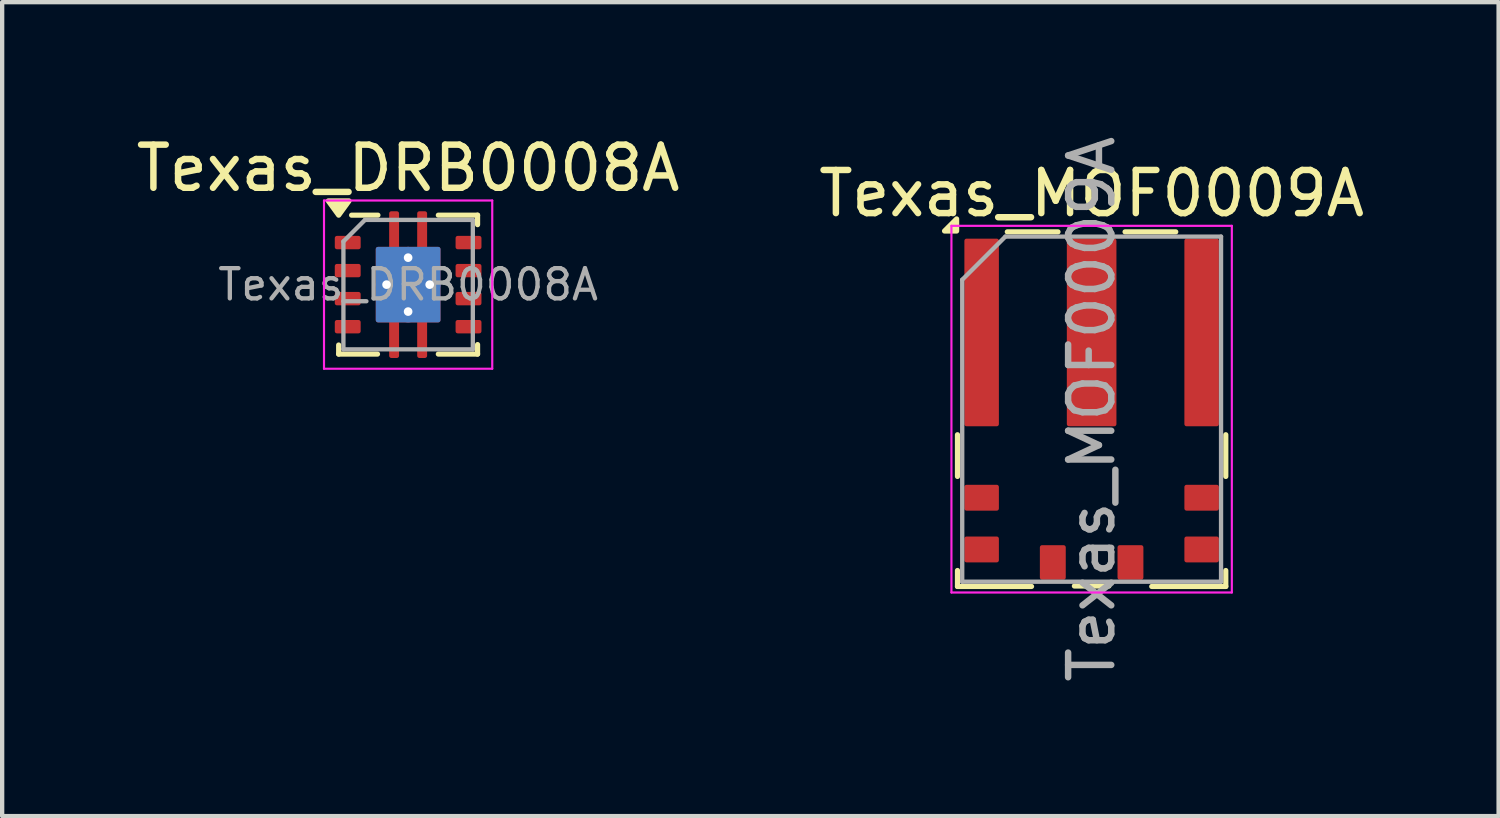
<source format=kicad_pcb>
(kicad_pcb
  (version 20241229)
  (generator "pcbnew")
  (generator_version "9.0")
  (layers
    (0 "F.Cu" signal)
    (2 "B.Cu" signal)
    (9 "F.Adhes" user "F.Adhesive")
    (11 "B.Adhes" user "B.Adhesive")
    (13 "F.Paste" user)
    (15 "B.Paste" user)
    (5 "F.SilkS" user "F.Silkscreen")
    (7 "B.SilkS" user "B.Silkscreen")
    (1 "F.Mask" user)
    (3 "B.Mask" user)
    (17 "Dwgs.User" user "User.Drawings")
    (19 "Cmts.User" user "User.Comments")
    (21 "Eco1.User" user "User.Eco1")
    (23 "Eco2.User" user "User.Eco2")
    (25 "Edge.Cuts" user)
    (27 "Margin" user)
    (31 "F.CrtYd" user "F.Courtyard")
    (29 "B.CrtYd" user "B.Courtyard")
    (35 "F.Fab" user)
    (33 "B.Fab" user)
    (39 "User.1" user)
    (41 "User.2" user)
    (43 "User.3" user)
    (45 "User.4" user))
  (footprint "Texas_MOF0009A"
    (layer "F.Cu")
    (at 22.256 6.435)
    (property "Reference" "Texas_MOF0009A" (at 0 -5 0) (layer "F.SilkS") (effects (font (size 1 1) (thickness 0.15))))
    (attr smd)
    (fp_line (start -3.11 1.56) (end -3.11 0.593) (stroke (width 0.12) (type default)) (layer "F.SilkS"))
    (fp_line (start -3.11 3.74) (end -3.11 4.11) (stroke (width 0.12) (type default)) (layer "F.SilkS"))
    (fp_line (start -3.11 4.11) (end -1.393 4.11) (stroke (width 0.12) (type default)) (layer "F.SilkS"))
    (fp_line (start -1.955 -4.11) (end -0.78 -4.11) (stroke (width 0.12) (type default)) (layer "F.SilkS"))
    (fp_line (start -0.4 4.1) (end 0.4 4.1) (stroke (width 0.12) (type default)) (layer "F.SilkS"))
    (fp_line (start 0.775 -4.11) (end 1.95 -4.11) (stroke (width 0.12) (type default)) (layer "F.SilkS"))
    (fp_line (start 3.11 1.56) (end 3.11 0.593) (stroke (width 0.12) (type default)) (layer "F.SilkS"))
    (fp_line (start 3.11 3.74) (end 3.11 4.11) (stroke (width 0.12) (type default)) (layer "F.SilkS"))
    (fp_line (start 3.11 4.11) (end 1.393 4.11) (stroke (width 0.12) (type default)) (layer "F.SilkS"))
    (fp_poly (pts (xy -3.13 -4.13) (xy -3.41 -4.13) (xy -3.13 -4.41) (xy -3.13 -4.13)) (stroke (width 0.12) (type solid)) (fill yes) (layer "F.SilkS"))
    (fp_line (start -3.25 -4.25) (end 3.25 -4.25) (stroke (width 0.05) (type solid)) (layer "F.CrtYd"))
    (fp_line (start -3.25 4.25) (end -3.25 -4.25) (stroke (width 0.05) (type solid)) (layer "F.CrtYd"))
    (fp_line (start 3.25 -4.25) (end 3.25 4.25) (stroke (width 0.05) (type solid)) (layer "F.CrtYd"))
    (fp_line (start 3.25 4.25) (end -3.25 4.25) (stroke (width 0.05) (type solid)) (layer "F.CrtYd"))
    (fp_line (start -3 4) (end -3 -3) (stroke (width 0.1) (type solid)) (layer "F.Fab"))
    (fp_line (start -2 -4) (end -3 -3) (stroke (width 0.1) (type solid)) (layer "F.Fab"))
    (fp_line (start -2 -4) (end 3 -4) (stroke (width 0.1) (type solid)) (layer "F.Fab"))
    (fp_line (start 3 -4) (end 3 4) (stroke (width 0.1) (type solid)) (layer "F.Fab"))
    (fp_line (start 3 4) (end -3 4) (stroke (width 0.1) (type solid)) (layer "F.Fab"))
    (fp_text user "${REFERENCE}" (at 0 0 90) (layer "F.Fab") (effects (font (size 1 1) (thickness 0.15))))
    (pad "" smd roundrect (at -2.55 -3.558) (size 0.7 0.59) (layers "F.Paste") (roundrect_rratio 0.085))
    (pad "" smd roundrect (at -2.55 -2.667) (size 0.7 0.59) (layers "F.Paste") (roundrect_rratio 0.085))
    (pad "" smd roundrect (at -2.55 -1.778) (size 0.7 0.59) (layers "F.Paste") (roundrect_rratio 0.085))
    (pad "" smd roundrect (at -2.55 -0.887) (size 0.7 0.59) (layers "F.Paste") (roundrect_rratio 0.085))
    (pad "" smd roundrect (at -2.55 0.003) (size 0.7 0.59) (layers "F.Paste") (roundrect_rratio 0.085))
    (pad "" smd roundrect (at 0 -3.558) (size 1.05 0.59) (layers "F.Paste") (roundrect_rratio 0.085))
    (pad "" smd roundrect (at 0 -2.667) (size 1.05 0.59) (layers "F.Paste") (roundrect_rratio 0.085))
    (pad "" smd roundrect (at 0 -1.778) (size 1.05 0.59) (layers "F.Paste") (roundrect_rratio 0.085))
    (pad "" smd roundrect (at 0 -0.887) (size 1.05 0.59) (layers "F.Paste") (roundrect_rratio 0.085))
    (pad "" smd roundrect (at 0 0.003) (size 1.05 0.59) (layers "F.Paste") (roundrect_rratio 0.085))
    (pad "" smd roundrect (at 2.55 -3.558) (size 0.7 0.59) (layers "F.Paste") (roundrect_rratio 0.085))
    (pad "" smd roundrect (at 2.55 -2.667) (size 0.7 0.59) (layers "F.Paste") (roundrect_rratio 0.085))
    (pad "" smd roundrect (at 2.55 -1.778) (size 0.7 0.59) (layers "F.Paste") (roundrect_rratio 0.085))
    (pad "" smd roundrect (at 2.55 -0.887) (size 0.7 0.59) (layers "F.Paste") (roundrect_rratio 0.085))
    (pad "" smd roundrect (at 2.55 0.003) (size 0.7 0.59) (layers "F.Paste") (roundrect_rratio 0.085))
    (pad "1" smd roundrect (at -2.55 -1.778) (size 0.8 4.35) (layers "F.Cu" "F.Mask") (roundrect_rratio 0.063))
    (pad "2" smd roundrect (at -2.55 2.053) (size 0.8 0.6) (layers "F.Cu" "F.Mask" "F.Paste") (roundrect_rratio 0.084))
    (pad "3" smd roundrect (at -2.55 3.252) (size 0.8 0.6) (layers "F.Cu" "F.Mask" "F.Paste") (roundrect_rratio 0.084))
    (pad "4" smd roundrect (at -0.9 3.553) (size 0.6 0.8) (layers "F.Cu" "F.Mask" "F.Paste") (roundrect_rratio 0.084))
    (pad "5" smd roundrect (at 0.9 3.553) (size 0.6 0.8) (layers "F.Cu" "F.Mask" "F.Paste") (roundrect_rratio 0.084))
    (pad "6" smd roundrect (at 2.55 3.252) (size 0.8 0.6) (layers "F.Cu" "F.Mask" "F.Paste") (roundrect_rratio 0.084))
    (pad "7" smd roundrect (at 2.55 2.053) (size 0.8 0.6) (layers "F.Cu" "F.Mask" "F.Paste") (roundrect_rratio 0.084))
    (pad "8" smd roundrect (at 2.55 -1.778) (size 0.8 4.35) (layers "F.Cu" "F.Mask") (roundrect_rratio 0.063))
    (pad "9" smd roundrect (at 0 -1.778) (size 1.15 4.35) (layers "F.Cu" "F.Mask") (roundrect_rratio 0.044)))
  (footprint "Texas_DRB0008A"
    (layer "F.Cu")
    (at 6.411 3.548)
    (property "Reference" "Texas_DRB0008A" (at 0 -2.7 0) (layer "F.SilkS") (effects (font (size 1 1) (thickness 0.15))))
    (attr smd)
    (fp_line (start -1.61 1.61) (end -1.61 1.4) (stroke (width 0.12) (type solid)) (layer "F.SilkS"))
    (fp_line (start -1.61 1.61) (end -0.71 1.61) (stroke (width 0.12) (type solid)) (layer "F.SilkS"))
    (fp_line (start -0.7 -1.61) (end -1.31 -1.61) (stroke (width 0.12) (type solid)) (layer "F.SilkS"))
    (fp_line (start 0.7 -1.61) (end 1.61 -1.61) (stroke (width 0.12) (type solid)) (layer "F.SilkS"))
    (fp_line (start 0.7 1.61) (end 1.61 1.61) (stroke (width 0.12) (type solid)) (layer "F.SilkS"))
    (fp_line (start 1.61 -1.61) (end 1.61 -1.39) (stroke (width 0.12) (type solid)) (layer "F.SilkS"))
    (fp_line (start 1.61 1.61) (end 1.61 1.39) (stroke (width 0.12) (type solid)) (layer "F.SilkS"))
    (fp_poly (pts (xy -1.61 -1.61) (xy -1.85 -1.94) (xy -1.37 -1.94) (xy -1.61 -1.61)) (stroke (width 0.12) (type solid)) (fill yes) (layer "F.SilkS"))
    (fp_line (start -1.95 -1.95) (end -1.95 1.95) (stroke (width 0.05) (type solid)) (layer "F.CrtYd"))
    (fp_line (start -1.95 -1.95) (end 1.95 -1.95) (stroke (width 0.05) (type solid)) (layer "F.CrtYd"))
    (fp_line (start -1.95 1.95) (end 1.95 1.95) (stroke (width 0.05) (type solid)) (layer "F.CrtYd"))
    (fp_line (start 1.95 -1.95) (end 1.95 1.95) (stroke (width 0.05) (type solid)) (layer "F.CrtYd"))
    (fp_line (start -1.5 -1) (end -1.5 1.5) (stroke (width 0.1) (type solid)) (layer "F.Fab"))
    (fp_line (start -1.5 -1) (end -1 -1.5) (stroke (width 0.1) (type solid)) (layer "F.Fab"))
    (fp_line (start -1.5 1.5) (end 1.5 1.5) (stroke (width 0.1) (type solid)) (layer "F.Fab"))
    (fp_line (start -1 -1.5) (end 1.5 -1.5) (stroke (width 0.1) (type solid)) (layer "F.Fab"))
    (fp_line (start 1.5 -1.5) (end 1.5 1.5) (stroke (width 0.1) (type solid)) (layer "F.Fab"))
    (fp_text user "${REFERENCE}" (at 0 0 0) (layer "F.Fab") (effects (font (size 0.7 0.7) (thickness 0.1))))
    (pad "" smd roundrect (at -0.325 -1.337) (size 0.23 0.725) (layers "F.Paste") (roundrect_rratio 0.22))
    (pad "" smd roundrect (at -0.325 1.337) (size 0.23 0.725) (layers "F.Paste") (roundrect_rratio 0.22))
    (pad "" smd roundrect (at 0 0) (size 1.34 1.55) (layers "F.Paste") (roundrect_rratio 0.038))
    (pad "" smd roundrect (at 0.325 -1.337) (size 0.23 0.725) (layers "F.Paste") (roundrect_rratio 0.22))
    (pad "" smd roundrect (at 0.325 1.337) (size 0.23 0.725) (layers "F.Paste") (roundrect_rratio 0.22))
    (pad "1" smd roundrect (at -1.4 -0.975) (size 0.6 0.31) (layers "F.Cu" "F.Mask" "F.Paste") (roundrect_rratio 0.16))
    (pad "2" smd roundrect (at -1.4 -0.325) (size 0.6 0.31) (layers "F.Cu" "F.Mask" "F.Paste") (roundrect_rratio 0.16))
    (pad "3" smd roundrect (at -1.4 0.325) (size 0.6 0.31) (layers "F.Cu" "F.Mask" "F.Paste") (roundrect_rratio 0.16))
    (pad "4" smd roundrect (at -1.4 0.975) (size 0.6 0.31) (layers "F.Cu" "F.Mask" "F.Paste") (roundrect_rratio 0.16))
    (pad "5" smd roundrect (at 1.4 0.975) (size 0.6 0.31) (layers "F.Cu" "F.Mask" "F.Paste") (roundrect_rratio 0.16))
    (pad "6" smd roundrect (at 1.4 0.325) (size 0.6 0.31) (layers "F.Cu" "F.Mask" "F.Paste") (roundrect_rratio 0.16))
    (pad "7" smd roundrect (at 1.4 -0.325) (size 0.6 0.31) (layers "F.Cu" "F.Mask" "F.Paste") (roundrect_rratio 0.16))
    (pad "8" smd roundrect (at 1.4 -0.975) (size 0.6 0.31) (layers "F.Cu" "F.Mask" "F.Paste") (roundrect_rratio 0.16))
    (pad "9" thru_hole circle (at -0.5 0) (size 0.5 0.5) (drill 0.2) (layers "*.Cu"))
    (pad "9" smd roundrect (at -0.325 -1.188) (size 0.23 1.025) (layers "F.Cu" "F.Mask") (roundrect_rratio 0.22))
    (pad "9" smd roundrect (at -0.325 1.188) (size 0.23 1.025) (layers "F.Cu" "F.Mask") (roundrect_rratio 0.22))
    (pad "9" thru_hole circle (at 0 -0.625) (size 0.5 0.5) (drill 0.2) (layers "*.Cu"))
    (pad "9" smd roundrect (at 0 0) (size 1.5 1.75) (layers "F.Cu" "F.Mask") (roundrect_rratio 0.034))
    (pad "9" smd roundrect (at 0 0) (size 1.5 1.75) (layers "B.Cu") (roundrect_rratio 0.034))
    (pad "9" thru_hole circle (at 0 0.625) (size 0.5 0.5) (drill 0.2) (layers "*.Cu"))
    (pad "9" smd roundrect (at 0.325 -1.188) (size 0.23 1.025) (layers "F.Cu" "F.Mask") (roundrect_rratio 0.22))
    (pad "9" smd roundrect (at 0.325 1.188) (size 0.23 1.025) (layers "F.Cu" "F.Mask") (roundrect_rratio 0.22))
    (pad "9" thru_hole circle (at 0.5 0) (size 0.5 0.5) (drill 0.2) (layers "*.Cu")))
  (gr_rect
    (start -3 -3)
    (end 31.69 15.869)
    (stroke (width 0.1) (type default))
    (fill no)
    (layer "Edge.Cuts")))
</source>
